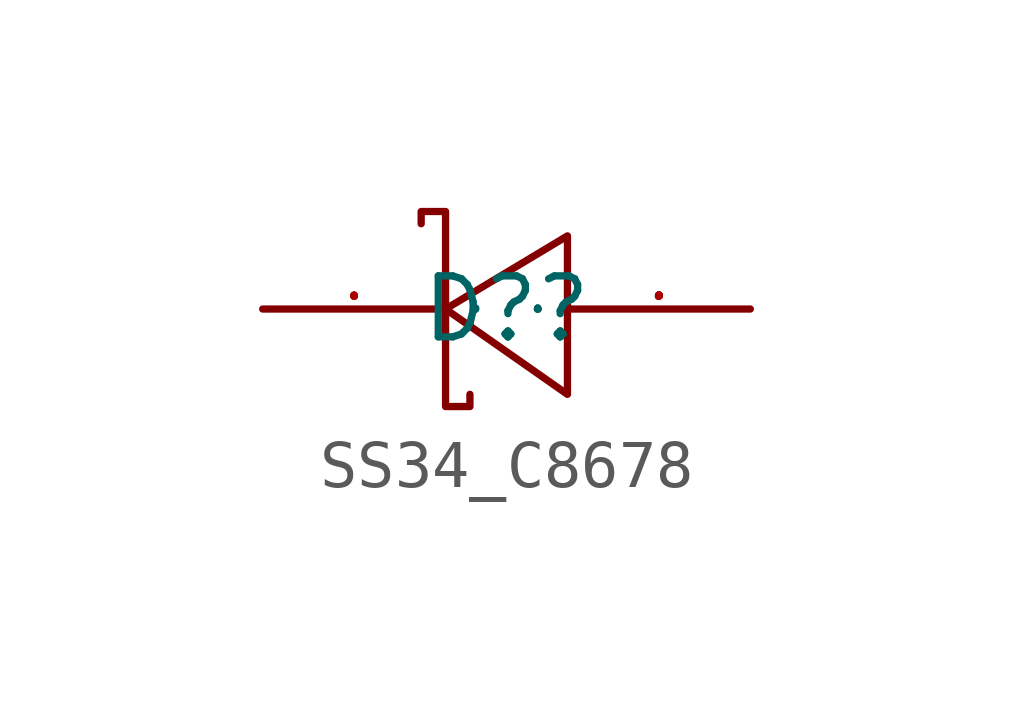
<source format=kicad_sym>
(kicad_symbol_lib
  (version 20231120)
  (generator "kicad_symbol_editor")
  (generator_version "8.0")
  (symbol "SS34_C8678"
    (property "Reference" "D?"
      (at 0 0 0)
      (effects (font (size 1.27 1.27))))
    (property "Value" ""
      (at 0 0 0)
      (effects (font (size 1.27 1.27))))
    (symbol "SS34_C8678_1_0"
      (polyline (pts (xy -1.27 0) (xy -1.27 -2.032) (xy -1.27 -2.032) (xy -0.762 -2.032) (xy -0.762 -2.032) (xy -0.762 -1.778)) (stroke (width 0) (type default)) (fill (type none)))
      (polyline (pts (xy -1.27 0) (xy -1.27 2.032) (xy -1.27 2.032) (xy -1.778 2.032) (xy -1.778 2.032) (xy -1.778 1.778)) (stroke (width 0) (type default)) (fill (type none)))
      (polyline (pts (xy 1.27 1.524) (xy -1.27 0) (xy -1.27 0) (xy 1.27 -1.778) (xy 1.27 -1.778) (xy 1.27 1.524)) (stroke (width 0) (type default)) (fill (type none)))
      (pin input line (at -5.08 0 0) (length 3.81) (name "K" (effects (font (size 0.025 0.025)))) (number "1" (effects (font (size 0.025 0.025)))))
      (pin input line (at 5.08 0 180) (length 3.81) (name "A" (effects (font (size 0.025 0.025)))) (number "2" (effects (font (size 0.025 0.025))))))))
</source>
